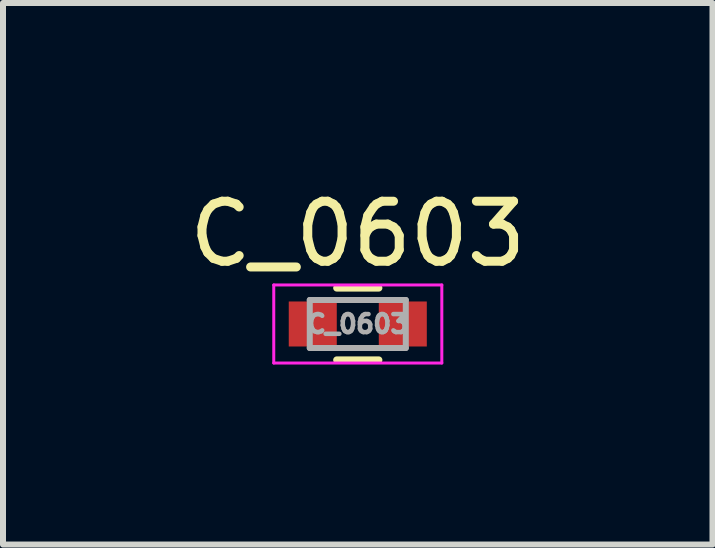
<source format=kicad_pcb>
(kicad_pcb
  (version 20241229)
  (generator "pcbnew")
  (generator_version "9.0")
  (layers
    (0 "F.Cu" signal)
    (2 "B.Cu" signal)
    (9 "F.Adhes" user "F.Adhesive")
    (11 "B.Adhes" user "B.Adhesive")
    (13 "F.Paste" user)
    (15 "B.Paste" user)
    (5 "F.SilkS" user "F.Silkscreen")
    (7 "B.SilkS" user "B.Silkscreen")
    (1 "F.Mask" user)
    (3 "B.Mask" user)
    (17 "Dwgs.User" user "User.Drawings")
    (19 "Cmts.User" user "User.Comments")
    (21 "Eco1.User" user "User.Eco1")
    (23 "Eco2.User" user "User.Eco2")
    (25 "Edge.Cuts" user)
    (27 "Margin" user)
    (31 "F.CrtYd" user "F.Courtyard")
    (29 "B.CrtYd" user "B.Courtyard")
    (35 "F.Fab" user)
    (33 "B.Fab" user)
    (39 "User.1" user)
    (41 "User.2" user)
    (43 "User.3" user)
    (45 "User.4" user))
  (footprint "C_0603"
    (layer "F.Cu")
    (at 2.911 2.348)
    (property "Reference" "C_0603" (at 0 -1.5 0) (layer "F.SilkS") (effects (font (size 1 1) (thickness 0.15))))
    (attr smd)
    (fp_line (start -0.35 -0.6) (end 0.35 -0.6) (stroke (width 0.12) (type solid)) (layer "F.SilkS"))
    (fp_line (start 0.35 0.6) (end -0.35 0.6) (stroke (width 0.12) (type solid)) (layer "F.SilkS"))
    (fp_line (start -1.4 -0.65) (end -1.4 0.65) (stroke (width 0.05) (type solid)) (layer "F.CrtYd"))
    (fp_line (start -1.4 -0.65) (end 1.4 -0.65) (stroke (width 0.05) (type solid)) (layer "F.CrtYd"))
    (fp_line (start 1.4 0.65) (end -1.4 0.65) (stroke (width 0.05) (type solid)) (layer "F.CrtYd"))
    (fp_line (start 1.4 0.65) (end 1.4 -0.65) (stroke (width 0.05) (type solid)) (layer "F.CrtYd"))
    (fp_line (start -0.8 -0.4) (end 0.8 -0.4) (stroke (width 0.1) (type solid)) (layer "F.Fab"))
    (fp_line (start -0.8 0.4) (end -0.8 -0.4) (stroke (width 0.1) (type solid)) (layer "F.Fab"))
    (fp_line (start 0.8 -0.4) (end 0.8 0.4) (stroke (width 0.1) (type solid)) (layer "F.Fab"))
    (fp_line (start 0.8 0.4) (end -0.8 0.4) (stroke (width 0.1) (type solid)) (layer "F.Fab"))
    (fp_text user "${REFERENCE}" (at 0 0 0) (layer "F.Fab") (effects (font (size 0.3 0.3) (thickness 0.075))))
    (pad "1" smd rect (at -0.75 0) (size 0.8 0.75) (layers "F.Cu" "F.Mask" "F.Paste"))
    (pad "2" smd rect (at 0.75 0) (size 0.8 0.75) (layers "F.Cu" "F.Mask" "F.Paste")))
  (gr_rect
    (start -3 -3)
    (end 8.821 6.023)
    (stroke (width 0.1) (type default))
    (fill no)
    (layer "Edge.Cuts")))
</source>
